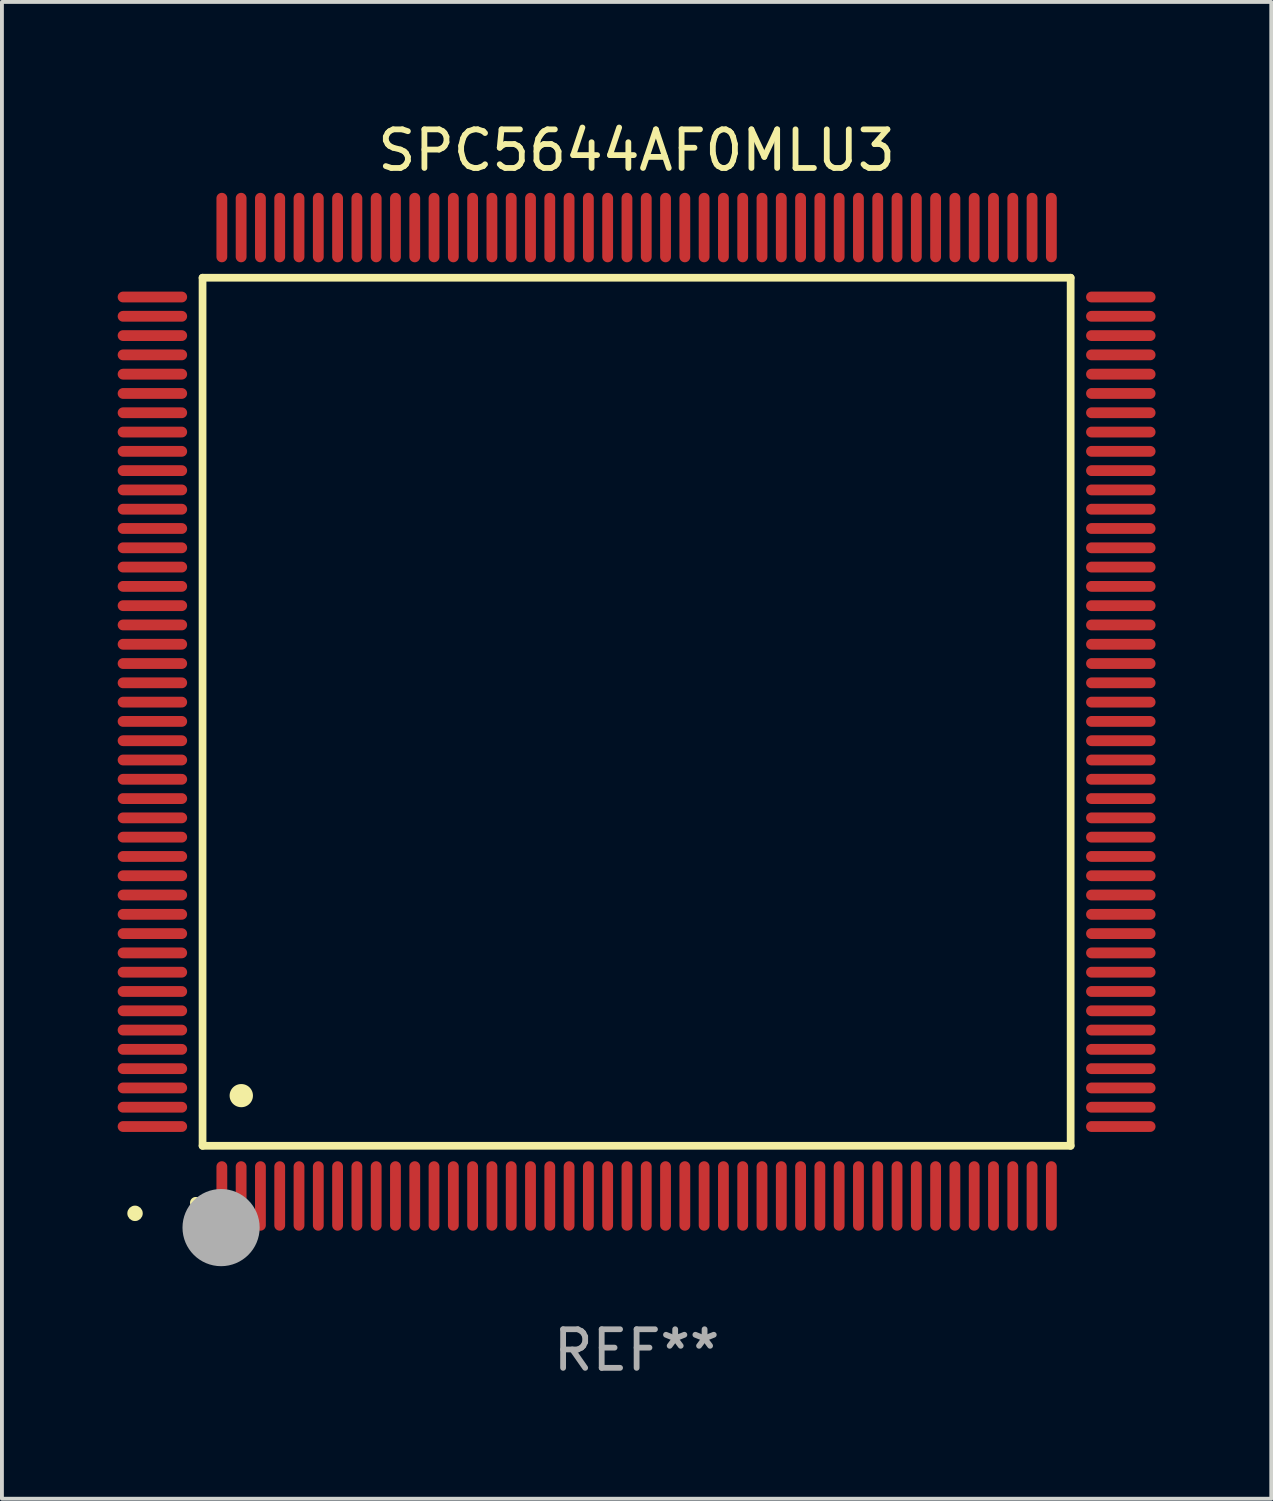
<source format=kicad_pcb>
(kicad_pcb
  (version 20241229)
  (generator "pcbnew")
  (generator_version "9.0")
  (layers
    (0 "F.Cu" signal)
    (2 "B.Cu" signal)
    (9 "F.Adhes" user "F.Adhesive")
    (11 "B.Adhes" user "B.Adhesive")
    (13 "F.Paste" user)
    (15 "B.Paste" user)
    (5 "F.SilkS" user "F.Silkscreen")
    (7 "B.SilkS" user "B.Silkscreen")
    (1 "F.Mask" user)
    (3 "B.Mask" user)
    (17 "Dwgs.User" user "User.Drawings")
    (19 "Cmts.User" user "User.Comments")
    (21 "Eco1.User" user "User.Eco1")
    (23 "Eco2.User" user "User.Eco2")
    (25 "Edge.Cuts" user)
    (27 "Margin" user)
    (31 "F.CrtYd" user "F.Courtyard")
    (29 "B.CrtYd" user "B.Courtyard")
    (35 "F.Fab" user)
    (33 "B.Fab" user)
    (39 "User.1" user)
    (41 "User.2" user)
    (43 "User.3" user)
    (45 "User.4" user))
  (footprint "SPC5644AF0MLU3"
    (layer "F.Cu")
    (at 13.45 15.398)
    (property "Reference" "SPC5644AF0MLU3" (at 0 -14.55 0) (layer "F.SilkS") (effects (font (size 1 1) (thickness 0.15))))
    (attr through_hole)
    (fp_line (start -11.25 -11.25) (end 11.25 -11.25) (stroke (width 0.2) (type solid)) (layer "F.SilkS"))
    (fp_line (start -11.25 11.25) (end -11.25 -11.25) (stroke (width 0.2) (type solid)) (layer "F.SilkS"))
    (fp_line (start 11.25 -11.25) (end 11.25 11.25) (stroke (width 0.2) (type solid)) (layer "F.SilkS"))
    (fp_line (start 11.25 11.25) (end -11.25 11.25) (stroke (width 0.2) (type solid)) (layer "F.SilkS"))
    (fp_arc (start -11.424943 12.725425) (mid -11.423673 12.72542) (end -11.422403 12.725425) (stroke (width 0.3) (type solid)) (layer "F.SilkS"))
    (fp_arc (start -10.24892 9.9492) (mid -10.24638 9.949189) (end -10.24384 9.9492) (stroke (width 0.6) (type solid)) (layer "F.SilkS"))
    (fp_circle (center -13 13) (end -12.9 13) (stroke (width 0.2) (type solid)) (fill no) (layer "F.SilkS"))
    (fp_circle (center -10.77 13.37) (end -10.27 13.37) (stroke (width 1) (type solid)) (fill no) (layer "F.Fab"))
    (fp_text user "REF**" (at 0 16.55 0) (layer "F.Fab") (effects (font (size 1 1) (thickness 0.15))))
    (pad "1" smd oval (at -10.75 12.55) (size 0.28 1.8) (layers "F.Cu" "F.Mask" "F.Paste"))
    (pad "2" smd oval (at -10.25 12.55) (size 0.28 1.8) (layers "F.Cu" "F.Mask" "F.Paste"))
    (pad "3" smd oval (at -9.75 12.55) (size 0.28 1.8) (layers "F.Cu" "F.Mask" "F.Paste"))
    (pad "4" smd oval (at -9.25 12.55) (size 0.28 1.8) (layers "F.Cu" "F.Mask" "F.Paste"))
    (pad "5" smd oval (at -8.75 12.55) (size 0.28 1.8) (layers "F.Cu" "F.Mask" "F.Paste"))
    (pad "6" smd oval (at -8.25 12.55) (size 0.28 1.8) (layers "F.Cu" "F.Mask" "F.Paste"))
    (pad "7" smd oval (at -7.75 12.55) (size 0.28 1.8) (layers "F.Cu" "F.Mask" "F.Paste"))
    (pad "8" smd oval (at -7.25 12.55) (size 0.28 1.8) (layers "F.Cu" "F.Mask" "F.Paste"))
    (pad "9" smd oval (at -6.75 12.55) (size 0.28 1.8) (layers "F.Cu" "F.Mask" "F.Paste"))
    (pad "10" smd oval (at -6.25 12.55) (size 0.28 1.8) (layers "F.Cu" "F.Mask" "F.Paste"))
    (pad "11" smd oval (at -5.75 12.55) (size 0.28 1.8) (layers "F.Cu" "F.Mask" "F.Paste"))
    (pad "12" smd oval (at -5.25 12.55) (size 0.28 1.8) (layers "F.Cu" "F.Mask" "F.Paste"))
    (pad "13" smd oval (at -4.75 12.55) (size 0.28 1.8) (layers "F.Cu" "F.Mask" "F.Paste"))
    (pad "14" smd oval (at -4.25 12.55) (size 0.28 1.8) (layers "F.Cu" "F.Mask" "F.Paste"))
    (pad "15" smd oval (at -3.75 12.55) (size 0.28 1.8) (layers "F.Cu" "F.Mask" "F.Paste"))
    (pad "16" smd oval (at -3.25 12.55) (size 0.28 1.8) (layers "F.Cu" "F.Mask" "F.Paste"))
    (pad "17" smd oval (at -2.75 12.55) (size 0.28 1.8) (layers "F.Cu" "F.Mask" "F.Paste"))
    (pad "18" smd oval (at -2.25 12.55) (size 0.28 1.8) (layers "F.Cu" "F.Mask" "F.Paste"))
    (pad "19" smd oval (at -1.75 12.55) (size 0.28 1.8) (layers "F.Cu" "F.Mask" "F.Paste"))
    (pad "20" smd oval (at -1.25 12.55) (size 0.28 1.8) (layers "F.Cu" "F.Mask" "F.Paste"))
    (pad "21" smd oval (at -0.75 12.55) (size 0.28 1.8) (layers "F.Cu" "F.Mask" "F.Paste"))
    (pad "22" smd oval (at -0.25 12.55) (size 0.28 1.8) (layers "F.Cu" "F.Mask" "F.Paste"))
    (pad "23" smd oval (at 0.25 12.55) (size 0.28 1.8) (layers "F.Cu" "F.Mask" "F.Paste"))
    (pad "24" smd oval (at 0.75 12.55) (size 0.28 1.8) (layers "F.Cu" "F.Mask" "F.Paste"))
    (pad "25" smd oval (at 1.25 12.55) (size 0.28 1.8) (layers "F.Cu" "F.Mask" "F.Paste"))
    (pad "26" smd oval (at 1.75 12.55) (size 0.28 1.8) (layers "F.Cu" "F.Mask" "F.Paste"))
    (pad "27" smd oval (at 2.25 12.55) (size 0.28 1.8) (layers "F.Cu" "F.Mask" "F.Paste"))
    (pad "28" smd oval (at 2.75 12.55) (size 0.28 1.8) (layers "F.Cu" "F.Mask" "F.Paste"))
    (pad "29" smd oval (at 3.25 12.55) (size 0.28 1.8) (layers "F.Cu" "F.Mask" "F.Paste"))
    (pad "30" smd oval (at 3.75 12.55) (size 0.28 1.8) (layers "F.Cu" "F.Mask" "F.Paste"))
    (pad "31" smd oval (at 4.25 12.55) (size 0.28 1.8) (layers "F.Cu" "F.Mask" "F.Paste"))
    (pad "32" smd oval (at 4.75 12.55) (size 0.28 1.8) (layers "F.Cu" "F.Mask" "F.Paste"))
    (pad "33" smd oval (at 5.25 12.55) (size 0.28 1.8) (layers "F.Cu" "F.Mask" "F.Paste"))
    (pad "34" smd oval (at 5.75 12.55) (size 0.28 1.8) (layers "F.Cu" "F.Mask" "F.Paste"))
    (pad "35" smd oval (at 6.25 12.55) (size 0.28 1.8) (layers "F.Cu" "F.Mask" "F.Paste"))
    (pad "36" smd oval (at 6.75 12.55) (size 0.28 1.8) (layers "F.Cu" "F.Mask" "F.Paste"))
    (pad "37" smd oval (at 7.25 12.55) (size 0.28 1.8) (layers "F.Cu" "F.Mask" "F.Paste"))
    (pad "38" smd oval (at 7.75 12.55) (size 0.28 1.8) (layers "F.Cu" "F.Mask" "F.Paste"))
    (pad "39" smd oval (at 8.25 12.55) (size 0.28 1.8) (layers "F.Cu" "F.Mask" "F.Paste"))
    (pad "40" smd oval (at 8.75 12.55) (size 0.28 1.8) (layers "F.Cu" "F.Mask" "F.Paste"))
    (pad "41" smd oval (at 9.25 12.55) (size 0.28 1.8) (layers "F.Cu" "F.Mask" "F.Paste"))
    (pad "42" smd oval (at 9.75 12.55) (size 0.28 1.8) (layers "F.Cu" "F.Mask" "F.Paste"))
    (pad "43" smd oval (at 10.25 12.55) (size 0.28 1.8) (layers "F.Cu" "F.Mask" "F.Paste"))
    (pad "44" smd oval (at 10.75 12.55) (size 0.28 1.8) (layers "F.Cu" "F.Mask" "F.Paste"))
    (pad "45" smd oval (at 12.55 10.75) (size 1.8 0.28) (layers "F.Cu" "F.Mask" "F.Paste"))
    (pad "46" smd oval (at 12.55 10.25) (size 1.8 0.28) (layers "F.Cu" "F.Mask" "F.Paste"))
    (pad "47" smd oval (at 12.55 9.75) (size 1.8 0.28) (layers "F.Cu" "F.Mask" "F.Paste"))
    (pad "48" smd oval (at 12.55 9.25) (size 1.8 0.28) (layers "F.Cu" "F.Mask" "F.Paste"))
    (pad "49" smd oval (at 12.55 8.75) (size 1.8 0.28) (layers "F.Cu" "F.Mask" "F.Paste"))
    (pad "50" smd oval (at 12.55 8.25) (size 1.8 0.28) (layers "F.Cu" "F.Mask" "F.Paste"))
    (pad "51" smd oval (at 12.55 7.75) (size 1.8 0.28) (layers "F.Cu" "F.Mask" "F.Paste"))
    (pad "52" smd oval (at 12.55 7.25) (size 1.8 0.28) (layers "F.Cu" "F.Mask" "F.Paste"))
    (pad "53" smd oval (at 12.55 6.75) (size 1.8 0.28) (layers "F.Cu" "F.Mask" "F.Paste"))
    (pad "54" smd oval (at 12.55 6.25) (size 1.8 0.28) (layers "F.Cu" "F.Mask" "F.Paste"))
    (pad "55" smd oval (at 12.55 5.75) (size 1.8 0.28) (layers "F.Cu" "F.Mask" "F.Paste"))
    (pad "56" smd oval (at 12.55 5.25) (size 1.8 0.28) (layers "F.Cu" "F.Mask" "F.Paste"))
    (pad "57" smd oval (at 12.55 4.75) (size 1.8 0.28) (layers "F.Cu" "F.Mask" "F.Paste"))
    (pad "58" smd oval (at 12.55 4.25) (size 1.8 0.28) (layers "F.Cu" "F.Mask" "F.Paste"))
    (pad "59" smd oval (at 12.55 3.75) (size 1.8 0.28) (layers "F.Cu" "F.Mask" "F.Paste"))
    (pad "60" smd oval (at 12.55 3.25) (size 1.8 0.28) (layers "F.Cu" "F.Mask" "F.Paste"))
    (pad "61" smd oval (at 12.55 2.75) (size 1.8 0.28) (layers "F.Cu" "F.Mask" "F.Paste"))
    (pad "62" smd oval (at 12.55 2.25) (size 1.8 0.28) (layers "F.Cu" "F.Mask" "F.Paste"))
    (pad "63" smd oval (at 12.55 1.75) (size 1.8 0.28) (layers "F.Cu" "F.Mask" "F.Paste"))
    (pad "64" smd oval (at 12.55 1.25) (size 1.8 0.28) (layers "F.Cu" "F.Mask" "F.Paste"))
    (pad "65" smd oval (at 12.55 0.75) (size 1.8 0.28) (layers "F.Cu" "F.Mask" "F.Paste"))
    (pad "66" smd oval (at 12.55 0.25) (size 1.8 0.28) (layers "F.Cu" "F.Mask" "F.Paste"))
    (pad "67" smd oval (at 12.55 -0.25) (size 1.8 0.28) (layers "F.Cu" "F.Mask" "F.Paste"))
    (pad "68" smd oval (at 12.55 -0.75) (size 1.8 0.28) (layers "F.Cu" "F.Mask" "F.Paste"))
    (pad "69" smd oval (at 12.55 -1.25) (size 1.8 0.28) (layers "F.Cu" "F.Mask" "F.Paste"))
    (pad "70" smd oval (at 12.55 -1.75) (size 1.8 0.28) (layers "F.Cu" "F.Mask" "F.Paste"))
    (pad "71" smd oval (at 12.55 -2.25) (size 1.8 0.28) (layers "F.Cu" "F.Mask" "F.Paste"))
    (pad "72" smd oval (at 12.55 -2.75) (size 1.8 0.28) (layers "F.Cu" "F.Mask" "F.Paste"))
    (pad "73" smd oval (at 12.55 -3.25) (size 1.8 0.28) (layers "F.Cu" "F.Mask" "F.Paste"))
    (pad "74" smd oval (at 12.55 -3.75) (size 1.8 0.28) (layers "F.Cu" "F.Mask" "F.Paste"))
    (pad "75" smd oval (at 12.55 -4.25) (size 1.8 0.28) (layers "F.Cu" "F.Mask" "F.Paste"))
    (pad "76" smd oval (at 12.55 -4.75) (size 1.8 0.28) (layers "F.Cu" "F.Mask" "F.Paste"))
    (pad "77" smd oval (at 12.55 -5.25) (size 1.8 0.28) (layers "F.Cu" "F.Mask" "F.Paste"))
    (pad "78" smd oval (at 12.55 -5.75) (size 1.8 0.28) (layers "F.Cu" "F.Mask" "F.Paste"))
    (pad "79" smd oval (at 12.55 -6.25) (size 1.8 0.28) (layers "F.Cu" "F.Mask" "F.Paste"))
    (pad "80" smd oval (at 12.55 -6.75) (size 1.8 0.28) (layers "F.Cu" "F.Mask" "F.Paste"))
    (pad "81" smd oval (at 12.55 -7.25) (size 1.8 0.28) (layers "F.Cu" "F.Mask" "F.Paste"))
    (pad "82" smd oval (at 12.55 -7.75) (size 1.8 0.28) (layers "F.Cu" "F.Mask" "F.Paste"))
    (pad "83" smd oval (at 12.55 -8.25) (size 1.8 0.28) (layers "F.Cu" "F.Mask" "F.Paste"))
    (pad "84" smd oval (at 12.55 -8.75) (size 1.8 0.28) (layers "F.Cu" "F.Mask" "F.Paste"))
    (pad "85" smd oval (at 12.55 -9.25) (size 1.8 0.28) (layers "F.Cu" "F.Mask" "F.Paste"))
    (pad "86" smd oval (at 12.55 -9.75) (size 1.8 0.28) (layers "F.Cu" "F.Mask" "F.Paste"))
    (pad "87" smd oval (at 12.55 -10.25) (size 1.8 0.28) (layers "F.Cu" "F.Mask" "F.Paste"))
    (pad "88" smd oval (at 12.55 -10.75) (size 1.8 0.28) (layers "F.Cu" "F.Mask" "F.Paste"))
    (pad "89" smd oval (at 10.75 -12.55) (size 0.28 1.8) (layers "F.Cu" "F.Mask" "F.Paste"))
    (pad "90" smd oval (at 10.25 -12.55) (size 0.28 1.8) (layers "F.Cu" "F.Mask" "F.Paste"))
    (pad "91" smd oval (at 9.75 -12.55) (size 0.28 1.8) (layers "F.Cu" "F.Mask" "F.Paste"))
    (pad "92" smd oval (at 9.25 -12.55) (size 0.28 1.8) (layers "F.Cu" "F.Mask" "F.Paste"))
    (pad "93" smd oval (at 8.75 -12.55) (size 0.28 1.8) (layers "F.Cu" "F.Mask" "F.Paste"))
    (pad "94" smd oval (at 8.25 -12.55) (size 0.28 1.8) (layers "F.Cu" "F.Mask" "F.Paste"))
    (pad "95" smd oval (at 7.75 -12.55) (size 0.28 1.8) (layers "F.Cu" "F.Mask" "F.Paste"))
    (pad "96" smd oval (at 7.25 -12.55) (size 0.28 1.8) (layers "F.Cu" "F.Mask" "F.Paste"))
    (pad "97" smd oval (at 6.75 -12.55) (size 0.28 1.8) (layers "F.Cu" "F.Mask" "F.Paste"))
    (pad "98" smd oval (at 6.25 -12.55) (size 0.28 1.8) (layers "F.Cu" "F.Mask" "F.Paste"))
    (pad "99" smd oval (at 5.75 -12.55) (size 0.28 1.8) (layers "F.Cu" "F.Mask" "F.Paste"))
    (pad "100" smd oval (at 5.25 -12.55) (size 0.28 1.8) (layers "F.Cu" "F.Mask" "F.Paste"))
    (pad "101" smd oval (at 4.75 -12.55) (size 0.28 1.8) (layers "F.Cu" "F.Mask" "F.Paste"))
    (pad "102" smd oval (at 4.25 -12.55) (size 0.28 1.8) (layers "F.Cu" "F.Mask" "F.Paste"))
    (pad "103" smd oval (at 3.75 -12.55) (size 0.28 1.8) (layers "F.Cu" "F.Mask" "F.Paste"))
    (pad "104" smd oval (at 3.25 -12.55) (size 0.28 1.8) (layers "F.Cu" "F.Mask" "F.Paste"))
    (pad "105" smd oval (at 2.75 -12.55) (size 0.28 1.8) (layers "F.Cu" "F.Mask" "F.Paste"))
    (pad "106" smd oval (at 2.25 -12.55) (size 0.28 1.8) (layers "F.Cu" "F.Mask" "F.Paste"))
    (pad "107" smd oval (at 1.75 -12.55) (size 0.28 1.8) (layers "F.Cu" "F.Mask" "F.Paste"))
    (pad "108" smd oval (at 1.25 -12.55) (size 0.28 1.8) (layers "F.Cu" "F.Mask" "F.Paste"))
    (pad "109" smd oval (at 0.75 -12.55) (size 0.28 1.8) (layers "F.Cu" "F.Mask" "F.Paste"))
    (pad "110" smd oval (at 0.25 -12.55) (size 0.28 1.8) (layers "F.Cu" "F.Mask" "F.Paste"))
    (pad "111" smd oval (at -0.25 -12.55) (size 0.28 1.8) (layers "F.Cu" "F.Mask" "F.Paste"))
    (pad "112" smd oval (at -0.75 -12.55) (size 0.28 1.8) (layers "F.Cu" "F.Mask" "F.Paste"))
    (pad "113" smd oval (at -1.25 -12.55) (size 0.28 1.8) (layers "F.Cu" "F.Mask" "F.Paste"))
    (pad "114" smd oval (at -1.75 -12.55) (size 0.28 1.8) (layers "F.Cu" "F.Mask" "F.Paste"))
    (pad "115" smd oval (at -2.25 -12.55) (size 0.28 1.8) (layers "F.Cu" "F.Mask" "F.Paste"))
    (pad "116" smd oval (at -2.75 -12.55) (size 0.28 1.8) (layers "F.Cu" "F.Mask" "F.Paste"))
    (pad "117" smd oval (at -3.25 -12.55) (size 0.28 1.8) (layers "F.Cu" "F.Mask" "F.Paste"))
    (pad "118" smd oval (at -3.75 -12.55) (size 0.28 1.8) (layers "F.Cu" "F.Mask" "F.Paste"))
    (pad "119" smd oval (at -4.25 -12.55) (size 0.28 1.8) (layers "F.Cu" "F.Mask" "F.Paste"))
    (pad "120" smd oval (at -4.75 -12.55) (size 0.28 1.8) (layers "F.Cu" "F.Mask" "F.Paste"))
    (pad "121" smd oval (at -5.25 -12.55) (size 0.28 1.8) (layers "F.Cu" "F.Mask" "F.Paste"))
    (pad "122" smd oval (at -5.75 -12.55) (size 0.28 1.8) (layers "F.Cu" "F.Mask" "F.Paste"))
    (pad "123" smd oval (at -6.25 -12.55) (size 0.28 1.8) (layers "F.Cu" "F.Mask" "F.Paste"))
    (pad "124" smd oval (at -6.75 -12.55) (size 0.28 1.8) (layers "F.Cu" "F.Mask" "F.Paste"))
    (pad "125" smd oval (at -7.25 -12.55) (size 0.28 1.8) (layers "F.Cu" "F.Mask" "F.Paste"))
    (pad "126" smd oval (at -7.75 -12.55) (size 0.28 1.8) (layers "F.Cu" "F.Mask" "F.Paste"))
    (pad "127" smd oval (at -8.25 -12.55) (size 0.28 1.8) (layers "F.Cu" "F.Mask" "F.Paste"))
    (pad "128" smd oval (at -8.75 -12.55) (size 0.28 1.8) (layers "F.Cu" "F.Mask" "F.Paste"))
    (pad "129" smd oval (at -9.25 -12.55) (size 0.28 1.8) (layers "F.Cu" "F.Mask" "F.Paste"))
    (pad "130" smd oval (at -9.75 -12.55) (size 0.28 1.8) (layers "F.Cu" "F.Mask" "F.Paste"))
    (pad "131" smd oval (at -10.25 -12.55) (size 0.28 1.8) (layers "F.Cu" "F.Mask" "F.Paste"))
    (pad "132" smd oval (at -10.75 -12.55) (size 0.28 1.8) (layers "F.Cu" "F.Mask" "F.Paste"))
    (pad "133" smd oval (at -12.55 -10.75) (size 1.8 0.28) (layers "F.Cu" "F.Mask" "F.Paste"))
    (pad "134" smd oval (at -12.55 -10.25) (size 1.8 0.28) (layers "F.Cu" "F.Mask" "F.Paste"))
    (pad "135" smd oval (at -12.55 -9.75) (size 1.8 0.28) (layers "F.Cu" "F.Mask" "F.Paste"))
    (pad "136" smd oval (at -12.55 -9.25) (size 1.8 0.28) (layers "F.Cu" "F.Mask" "F.Paste"))
    (pad "137" smd oval (at -12.55 -8.75) (size 1.8 0.28) (layers "F.Cu" "F.Mask" "F.Paste"))
    (pad "138" smd oval (at -12.55 -8.25) (size 1.8 0.28) (layers "F.Cu" "F.Mask" "F.Paste"))
    (pad "139" smd oval (at -12.55 -7.75) (size 1.8 0.28) (layers "F.Cu" "F.Mask" "F.Paste"))
    (pad "140" smd oval (at -12.55 -7.25) (size 1.8 0.28) (layers "F.Cu" "F.Mask" "F.Paste"))
    (pad "141" smd oval (at -12.55 -6.75) (size 1.8 0.28) (layers "F.Cu" "F.Mask" "F.Paste"))
    (pad "142" smd oval (at -12.55 -6.25) (size 1.8 0.28) (layers "F.Cu" "F.Mask" "F.Paste"))
    (pad "143" smd oval (at -12.55 -5.75) (size 1.8 0.28) (layers "F.Cu" "F.Mask" "F.Paste"))
    (pad "144" smd oval (at -12.55 -5.25) (size 1.8 0.28) (layers "F.Cu" "F.Mask" "F.Paste"))
    (pad "145" smd oval (at -12.55 -4.75) (size 1.8 0.28) (layers "F.Cu" "F.Mask" "F.Paste"))
    (pad "146" smd oval (at -12.55 -4.25) (size 1.8 0.28) (layers "F.Cu" "F.Mask" "F.Paste"))
    (pad "147" smd oval (at -12.55 -3.75) (size 1.8 0.28) (layers "F.Cu" "F.Mask" "F.Paste"))
    (pad "148" smd oval (at -12.55 -3.25) (size 1.8 0.28) (layers "F.Cu" "F.Mask" "F.Paste"))
    (pad "149" smd oval (at -12.55 -2.75) (size 1.8 0.28) (layers "F.Cu" "F.Mask" "F.Paste"))
    (pad "150" smd oval (at -12.55 -2.25) (size 1.8 0.28) (layers "F.Cu" "F.Mask" "F.Paste"))
    (pad "151" smd oval (at -12.55 -1.75) (size 1.8 0.28) (layers "F.Cu" "F.Mask" "F.Paste"))
    (pad "152" smd oval (at -12.55 -1.25) (size 1.8 0.28) (layers "F.Cu" "F.Mask" "F.Paste"))
    (pad "153" smd oval (at -12.55 -0.75) (size 1.8 0.28) (layers "F.Cu" "F.Mask" "F.Paste"))
    (pad "154" smd oval (at -12.55 -0.25) (size 1.8 0.28) (layers "F.Cu" "F.Mask" "F.Paste"))
    (pad "155" smd oval (at -12.55 0.25) (size 1.8 0.28) (layers "F.Cu" "F.Mask" "F.Paste"))
    (pad "156" smd oval (at -12.55 0.75) (size 1.8 0.28) (layers "F.Cu" "F.Mask" "F.Paste"))
    (pad "157" smd oval (at -12.55 1.25) (size 1.8 0.28) (layers "F.Cu" "F.Mask" "F.Paste"))
    (pad "158" smd oval (at -12.55 1.75) (size 1.8 0.28) (layers "F.Cu" "F.Mask" "F.Paste"))
    (pad "159" smd oval (at -12.55 2.25) (size 1.8 0.28) (layers "F.Cu" "F.Mask" "F.Paste"))
    (pad "160" smd oval (at -12.55 2.75) (size 1.8 0.28) (layers "F.Cu" "F.Mask" "F.Paste"))
    (pad "161" smd oval (at -12.55 3.25) (size 1.8 0.28) (layers "F.Cu" "F.Mask" "F.Paste"))
    (pad "162" smd oval (at -12.55 3.75) (size 1.8 0.28) (layers "F.Cu" "F.Mask" "F.Paste"))
    (pad "163" smd oval (at -12.55 4.25) (size 1.8 0.28) (layers "F.Cu" "F.Mask" "F.Paste"))
    (pad "164" smd oval (at -12.55 4.75) (size 1.8 0.28) (layers "F.Cu" "F.Mask" "F.Paste"))
    (pad "165" smd oval (at -12.55 5.25) (size 1.8 0.28) (layers "F.Cu" "F.Mask" "F.Paste"))
    (pad "166" smd oval (at -12.55 5.75) (size 1.8 0.28) (layers "F.Cu" "F.Mask" "F.Paste"))
    (pad "167" smd oval (at -12.55 6.25) (size 1.8 0.28) (layers "F.Cu" "F.Mask" "F.Paste"))
    (pad "168" smd oval (at -12.55 6.75) (size 1.8 0.28) (layers "F.Cu" "F.Mask" "F.Paste"))
    (pad "169" smd oval (at -12.55 7.25) (size 1.8 0.28) (layers "F.Cu" "F.Mask" "F.Paste"))
    (pad "170" smd oval (at -12.55 7.75) (size 1.8 0.28) (layers "F.Cu" "F.Mask" "F.Paste"))
    (pad "171" smd oval (at -12.55 8.25) (size 1.8 0.28) (layers "F.Cu" "F.Mask" "F.Paste"))
    (pad "172" smd oval (at -12.55 8.75) (size 1.8 0.28) (layers "F.Cu" "F.Mask" "F.Paste"))
    (pad "173" smd oval (at -12.55 9.25) (size 1.8 0.28) (layers "F.Cu" "F.Mask" "F.Paste"))
    (pad "174" smd oval (at -12.55 9.75) (size 1.8 0.28) (layers "F.Cu" "F.Mask" "F.Paste"))
    (pad "175" smd oval (at -12.55 10.25) (size 1.8 0.28) (layers "F.Cu" "F.Mask" "F.Paste"))
    (pad "176" smd oval (at -12.55 10.75) (size 1.8 0.28) (layers "F.Cu" "F.Mask" "F.Paste")))
  (gr_rect
    (start -3 -3)
    (end 29.9 35.796)
    (stroke (width 0.1) (type default))
    (fill no)
    (layer "Edge.Cuts")))
</source>
